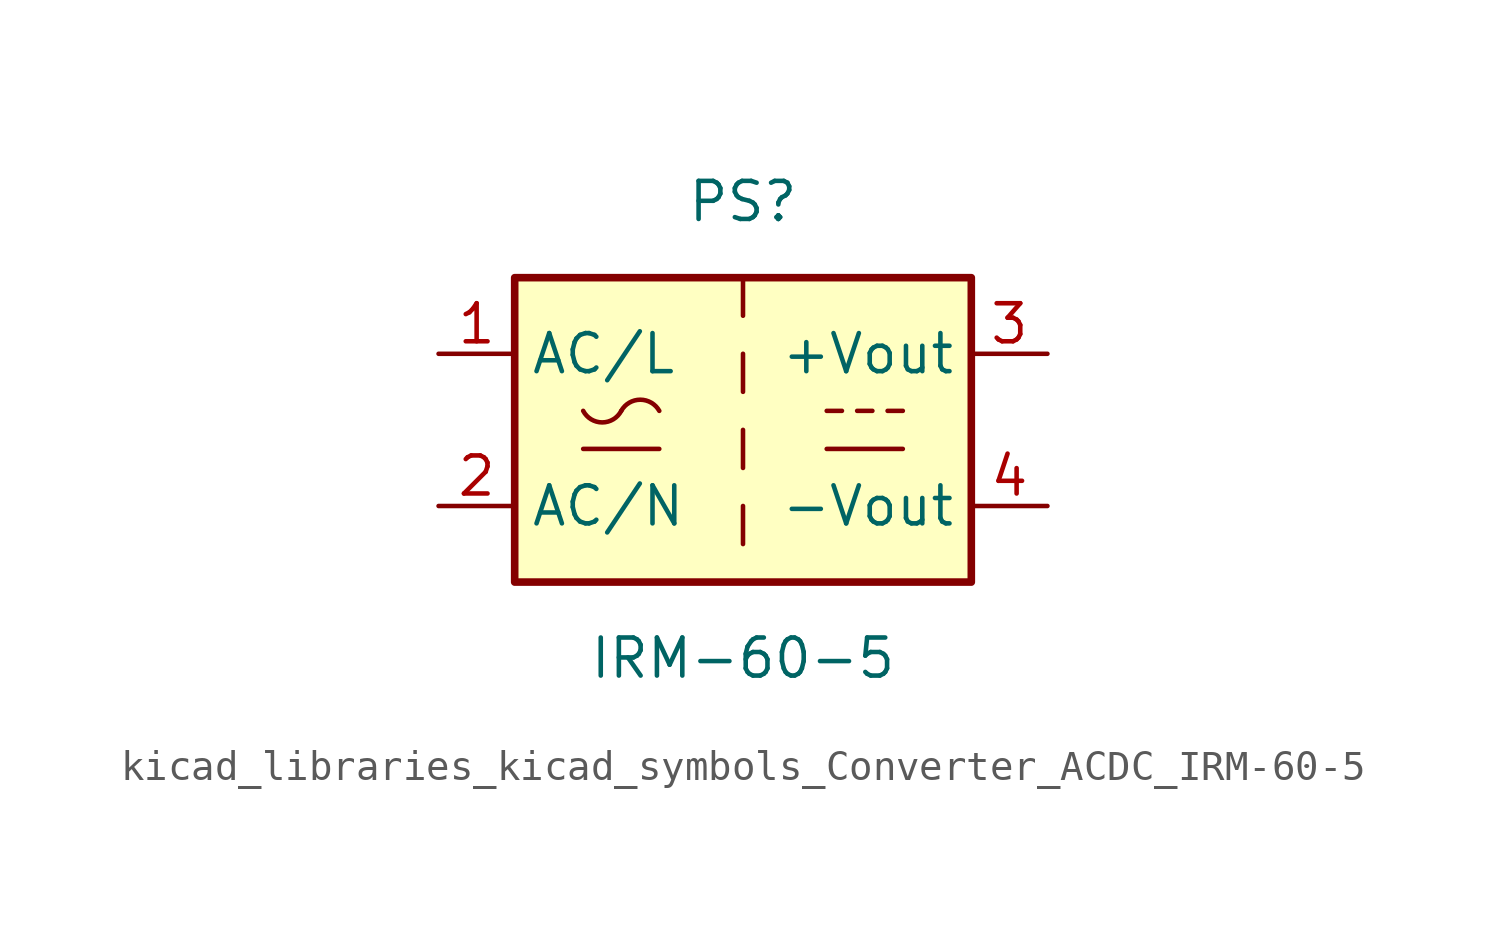
<source format=kicad_sym>
(kicad_symbol_lib
  (version 20220914)
  (generator kicad_symbol_editor)
  (symbol "kicad_libraries_kicad_symbols_Converter_ACDC_IRM-60-5"
    (property "Reference" "PS"
      (at 0 7.62 0)
      (effects (font (size 1.27 1.27))))
    (property "Value" "IRM-60-5"
      (at 0 -7.62 0)
      (effects (font (size 1.27 1.27))))
    (symbol "kicad_libraries_kicad_symbols_Converter_ACDC_IRM-60-5_1_1"
      (rectangle (start -7.62 5.08) (end 7.62 -5.08) (stroke (width 0.254) (type default)) (fill (type background)))
      (arc (start -5.334 0.635) (mid -4.699 0.2495) (end -4.064 0.635) (stroke (width 0) (type default)) (fill (type none)))
      (arc (start -2.794 0.635) (mid -3.429 1.0072) (end -4.064 0.635) (stroke (width 0) (type default)) (fill (type none)))
      (polyline (pts (xy -5.334 -0.635) (xy -2.794 -0.635)) (stroke (width 0) (type default)) (fill (type none)))
      (polyline (pts (xy 0 -2.54) (xy 0 -3.81)) (stroke (width 0) (type default)) (fill (type none)))
      (polyline (pts (xy 0 0) (xy 0 -1.27)) (stroke (width 0) (type default)) (fill (type none)))
      (polyline (pts (xy 0 2.54) (xy 0 1.27)) (stroke (width 0) (type default)) (fill (type none)))
      (polyline (pts (xy 0 5.08) (xy 0 3.81)) (stroke (width 0) (type default)) (fill (type none)))
      (polyline (pts (xy 2.794 -0.635) (xy 5.334 -0.635)) (stroke (width 0) (type default)) (fill (type none)))
      (polyline (pts (xy 2.794 0.635) (xy 3.302 0.635)) (stroke (width 0) (type default)) (fill (type none)))
      (polyline (pts (xy 3.81 0.635) (xy 4.318 0.635)) (stroke (width 0) (type default)) (fill (type none)))
      (polyline (pts (xy 4.826 0.635) (xy 5.334 0.635)) (stroke (width 0) (type default)) (fill (type none)))
      (pin power_in line (at -10.16 2.54 0) (length 2.54) (name "AC/L" (effects (font (size 1.27 1.27)))) (number "1" (effects (font (size 1.27 1.27)))))
      (pin power_in line (at -10.16 -2.54 0) (length 2.54) (name "AC/N" (effects (font (size 1.27 1.27)))) (number "2" (effects (font (size 1.27 1.27)))))
      (pin power_out line (at 10.16 2.54 180) (length 2.54) (name "+Vout" (effects (font (size 1.27 1.27)))) (number "3" (effects (font (size 1.27 1.27)))))
      (pin power_out line (at 10.16 -2.54 180) (length 2.54) (name "-Vout" (effects (font (size 1.27 1.27)))) (number "4" (effects (font (size 1.27 1.27))))))))
</source>
